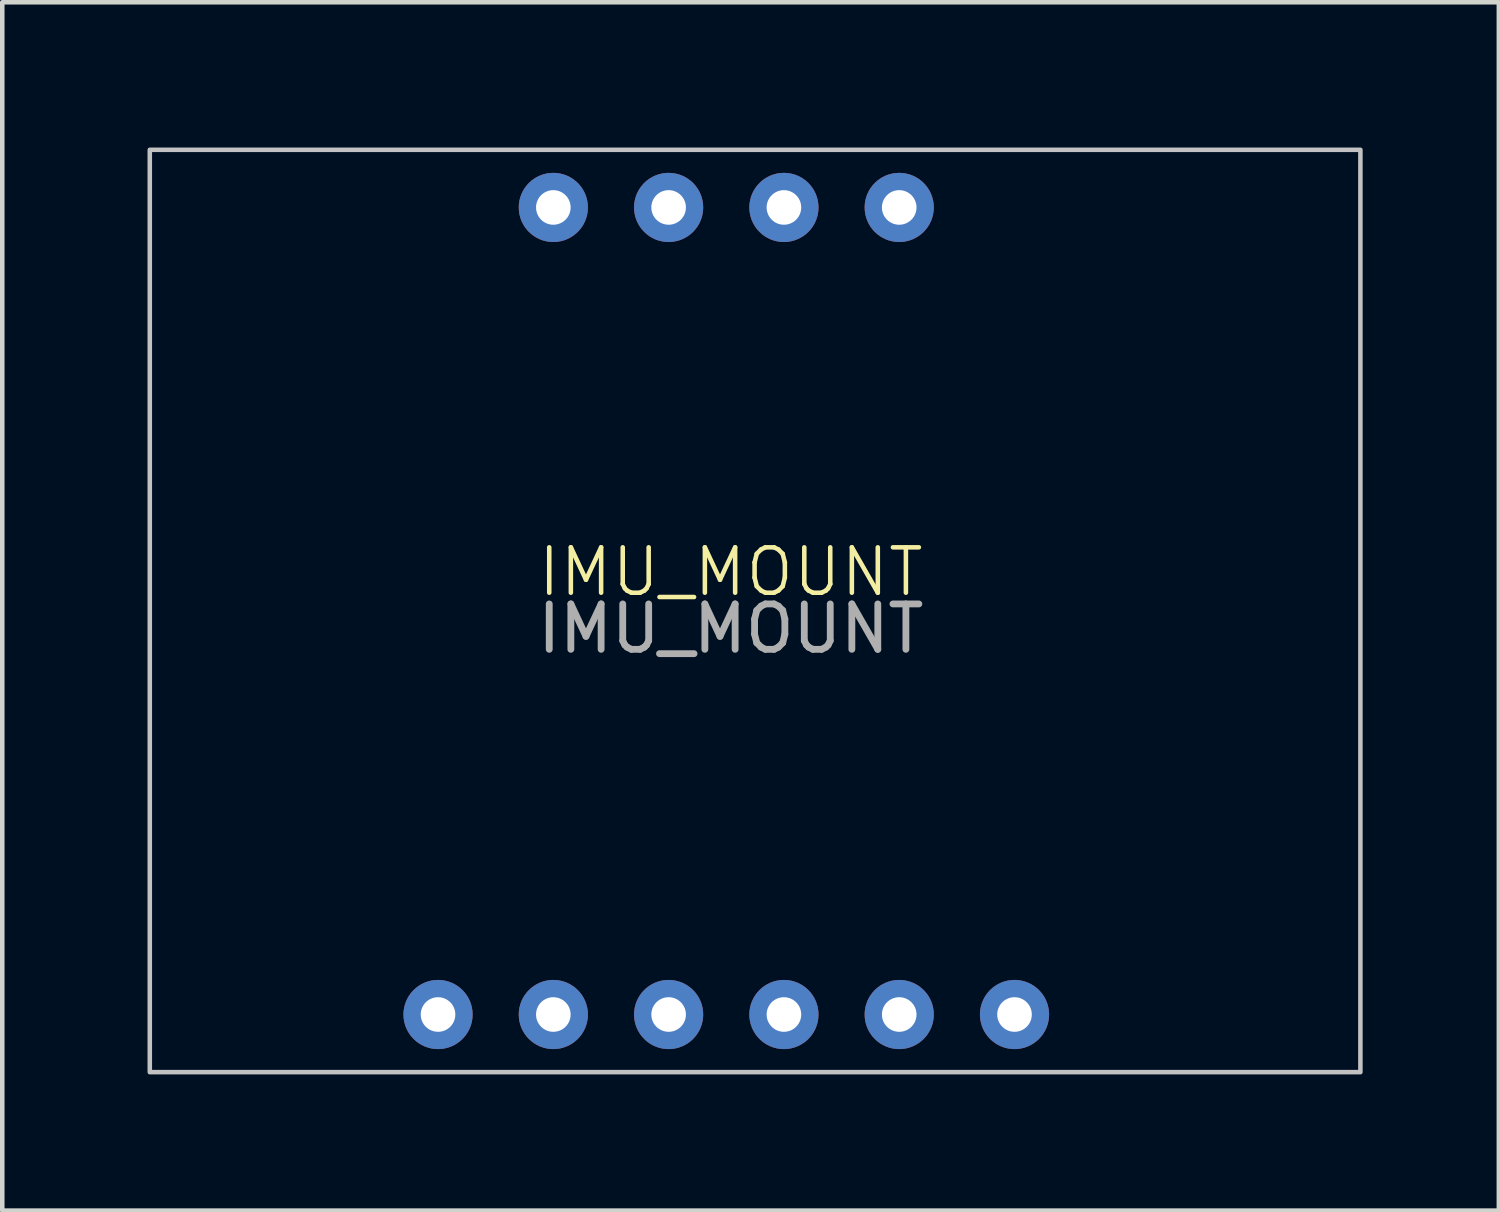
<source format=kicad_pcb>
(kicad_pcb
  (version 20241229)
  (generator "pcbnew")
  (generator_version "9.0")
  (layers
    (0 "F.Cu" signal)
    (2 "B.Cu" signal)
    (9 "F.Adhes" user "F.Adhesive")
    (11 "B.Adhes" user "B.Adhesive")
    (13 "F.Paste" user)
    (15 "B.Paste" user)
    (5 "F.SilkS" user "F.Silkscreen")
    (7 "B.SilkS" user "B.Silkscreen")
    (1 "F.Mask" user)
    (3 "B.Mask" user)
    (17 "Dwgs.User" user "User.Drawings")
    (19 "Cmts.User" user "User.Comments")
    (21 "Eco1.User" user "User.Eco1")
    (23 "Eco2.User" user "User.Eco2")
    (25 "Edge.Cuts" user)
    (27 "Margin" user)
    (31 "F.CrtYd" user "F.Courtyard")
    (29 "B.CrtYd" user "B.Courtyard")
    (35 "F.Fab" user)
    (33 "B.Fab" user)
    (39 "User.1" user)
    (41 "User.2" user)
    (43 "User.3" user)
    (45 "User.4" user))
  (footprint "IMU_MOUNT"
    (layer "F.Cu")
    (at 0.25 0.25)
    (property "Reference" "IMU_MOUNT" (at 12.8 9.3 0) (unlocked yes) (layer "F.SilkS") (effects (font (size 1 1) (thickness 0.1))))
    (attr through_hole)
    (fp_rect (start 0 0) (end 26.67 20.32) (stroke (width 0.1) (type default)) (fill no) (layer "Dwgs.User"))
    (fp_text user "${REFERENCE}" (at 12.8 10.55 0) (unlocked yes) (layer "F.Fab") (effects (font (size 1 1) (thickness 0.15))))
    (pad "1" thru_hole circle (at 8.89 1.27) (size 1.524 1.524) (drill 0.762) (layers "*.Cu" "*.Mask"))
    (pad "2" thru_hole circle (at 11.43 1.27) (size 1.524 1.524) (drill 0.762) (layers "*.Cu" "*.Mask"))
    (pad "3" thru_hole circle (at 13.97 1.27) (size 1.524 1.524) (drill 0.762) (layers "*.Cu" "*.Mask"))
    (pad "4" thru_hole circle (at 16.51 1.27) (size 1.524 1.524) (drill 0.762) (layers "*.Cu" "*.Mask"))
    (pad "5" thru_hole circle (at 19.05 19.05) (size 1.524 1.524) (drill 0.762) (layers "*.Cu" "*.Mask"))
    (pad "6" thru_hole circle (at 16.51 19.05) (size 1.524 1.524) (drill 0.762) (layers "*.Cu" "*.Mask"))
    (pad "7" thru_hole circle (at 13.97 19.05) (size 1.524 1.524) (drill 0.762) (layers "*.Cu" "*.Mask"))
    (pad "8" thru_hole circle (at 11.43 19.05) (size 1.524 1.524) (drill 0.762) (layers "*.Cu" "*.Mask"))
    (pad "9" thru_hole circle (at 8.89 19.05) (size 1.524 1.524) (drill 0.762) (layers "*.Cu" "*.Mask"))
    (pad "10" thru_hole circle (at 6.35 19.05) (size 1.524 1.524) (drill 0.762) (layers "*.Cu" "*.Mask")))
  (gr_rect
    (start -3 -3)
    (end 29.97 23.62)
    (stroke (width 0.1) (type default))
    (fill no)
    (layer "Edge.Cuts")))
</source>
